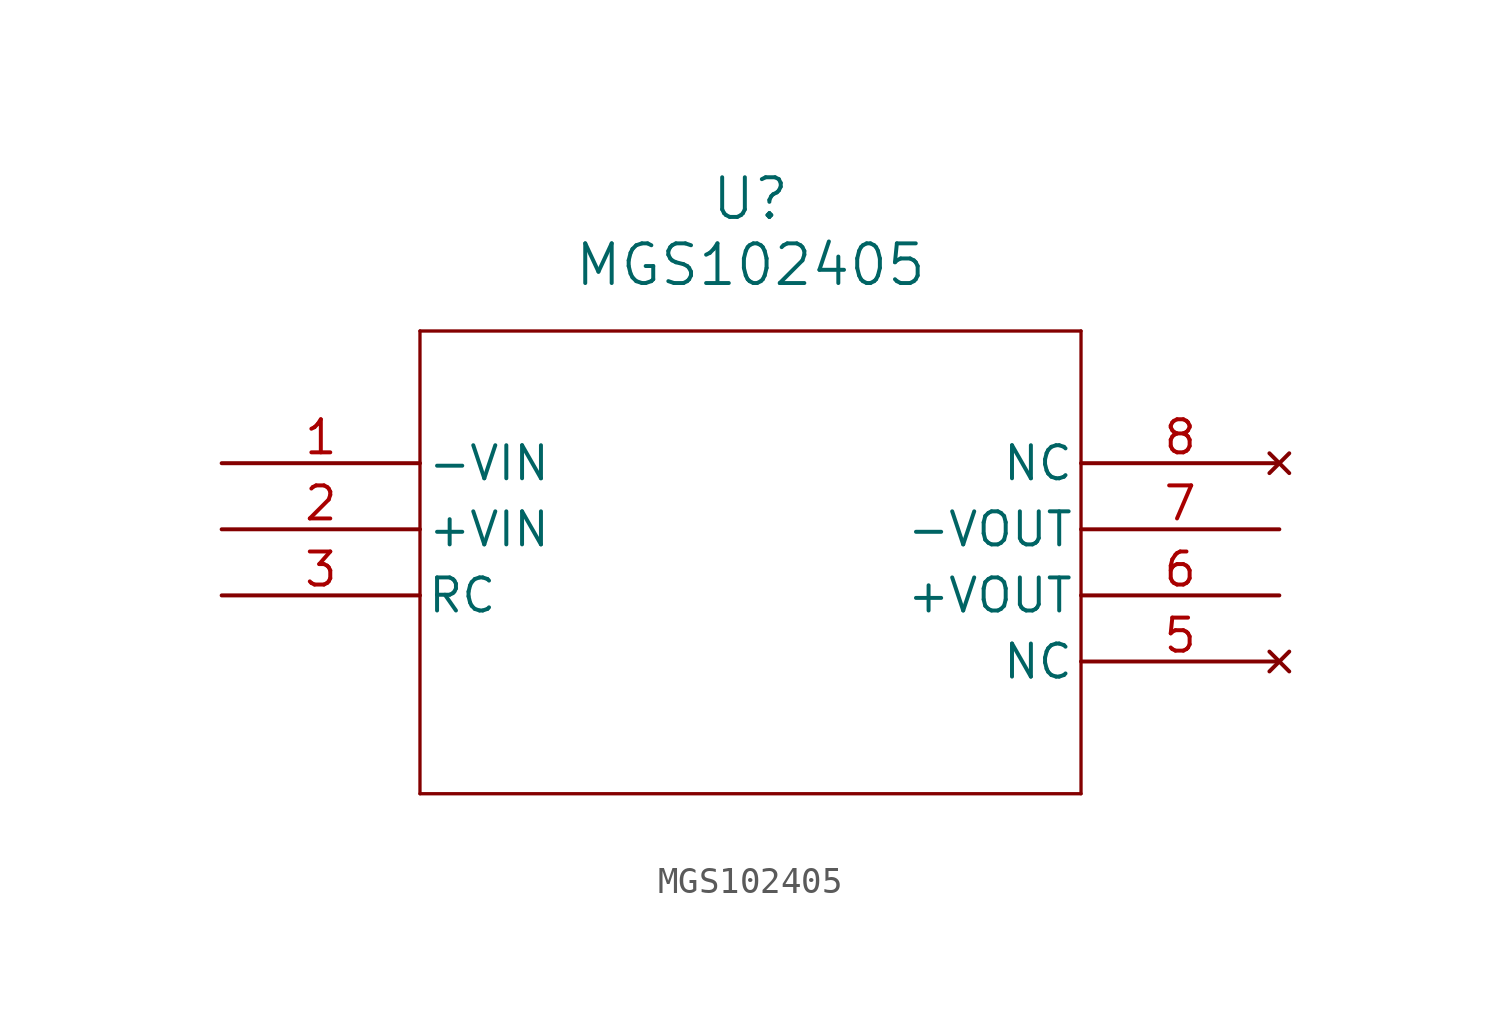
<source format=kicad_sym>
(kicad_symbol_lib
  (version 20211014)
  (generator kicad_symbol_editor)
  (symbol "MGS102405"
    (pin_names
      (offset 0.254))
    (property "Reference" "U"
      (at 20.32 10.16 0)
      (effects (font (size 1.524 1.524))))
    (property "Value" "MGS102405"
      (at 20.32 7.62 0)
      (effects (font (size 1.524 1.524))))
    (symbol "MGS102405_0_1"
      (polyline (pts (xy 7.62 5.08) (xy 7.62 -12.7)) (stroke (width 0.127) (type default) (color 0 0 0 0)) (fill (type none)))
      (polyline (pts (xy 7.62 -12.7) (xy 33.02 -12.7)) (stroke (width 0.127) (type default) (color 0 0 0 0)) (fill (type none)))
      (polyline (pts (xy 33.02 -12.7) (xy 33.02 5.08)) (stroke (width 0.127) (type default) (color 0 0 0 0)) (fill (type none)))
      (polyline (pts (xy 33.02 5.08) (xy 7.62 5.08)) (stroke (width 0.127) (type default) (color 0 0 0 0)) (fill (type none)))
      (pin power_in line (at 0 0 0) (length 7.62) (name "-VIN" (effects (font (size 1.27 1.27)))) (number "1" (effects (font (size 1.27 1.27)))))
      (pin power_in line (at 0 -2.54 0) (length 7.62) (name "+VIN" (effects (font (size 1.27 1.27)))) (number "2" (effects (font (size 1.27 1.27)))))
      (pin unspecified line (at 0 -5.08 0) (length 7.62) (name "RC" (effects (font (size 1.27 1.27)))) (number "3" (effects (font (size 1.27 1.27)))))
      (pin no_connect line (at 40.64 -7.62 180) (length 7.62) (name "NC" (effects (font (size 1.27 1.27)))) (number "5" (effects (font (size 1.27 1.27)))))
      (pin output line (at 40.64 -5.08 180) (length 7.62) (name "+VOUT" (effects (font (size 1.27 1.27)))) (number "6" (effects (font (size 1.27 1.27)))))
      (pin output line (at 40.64 -2.54 180) (length 7.62) (name "-VOUT" (effects (font (size 1.27 1.27)))) (number "7" (effects (font (size 1.27 1.27)))))
      (pin no_connect line (at 40.64 0 180) (length 7.62) (name "NC" (effects (font (size 1.27 1.27)))) (number "8" (effects (font (size 1.27 1.27))))))))
</source>
